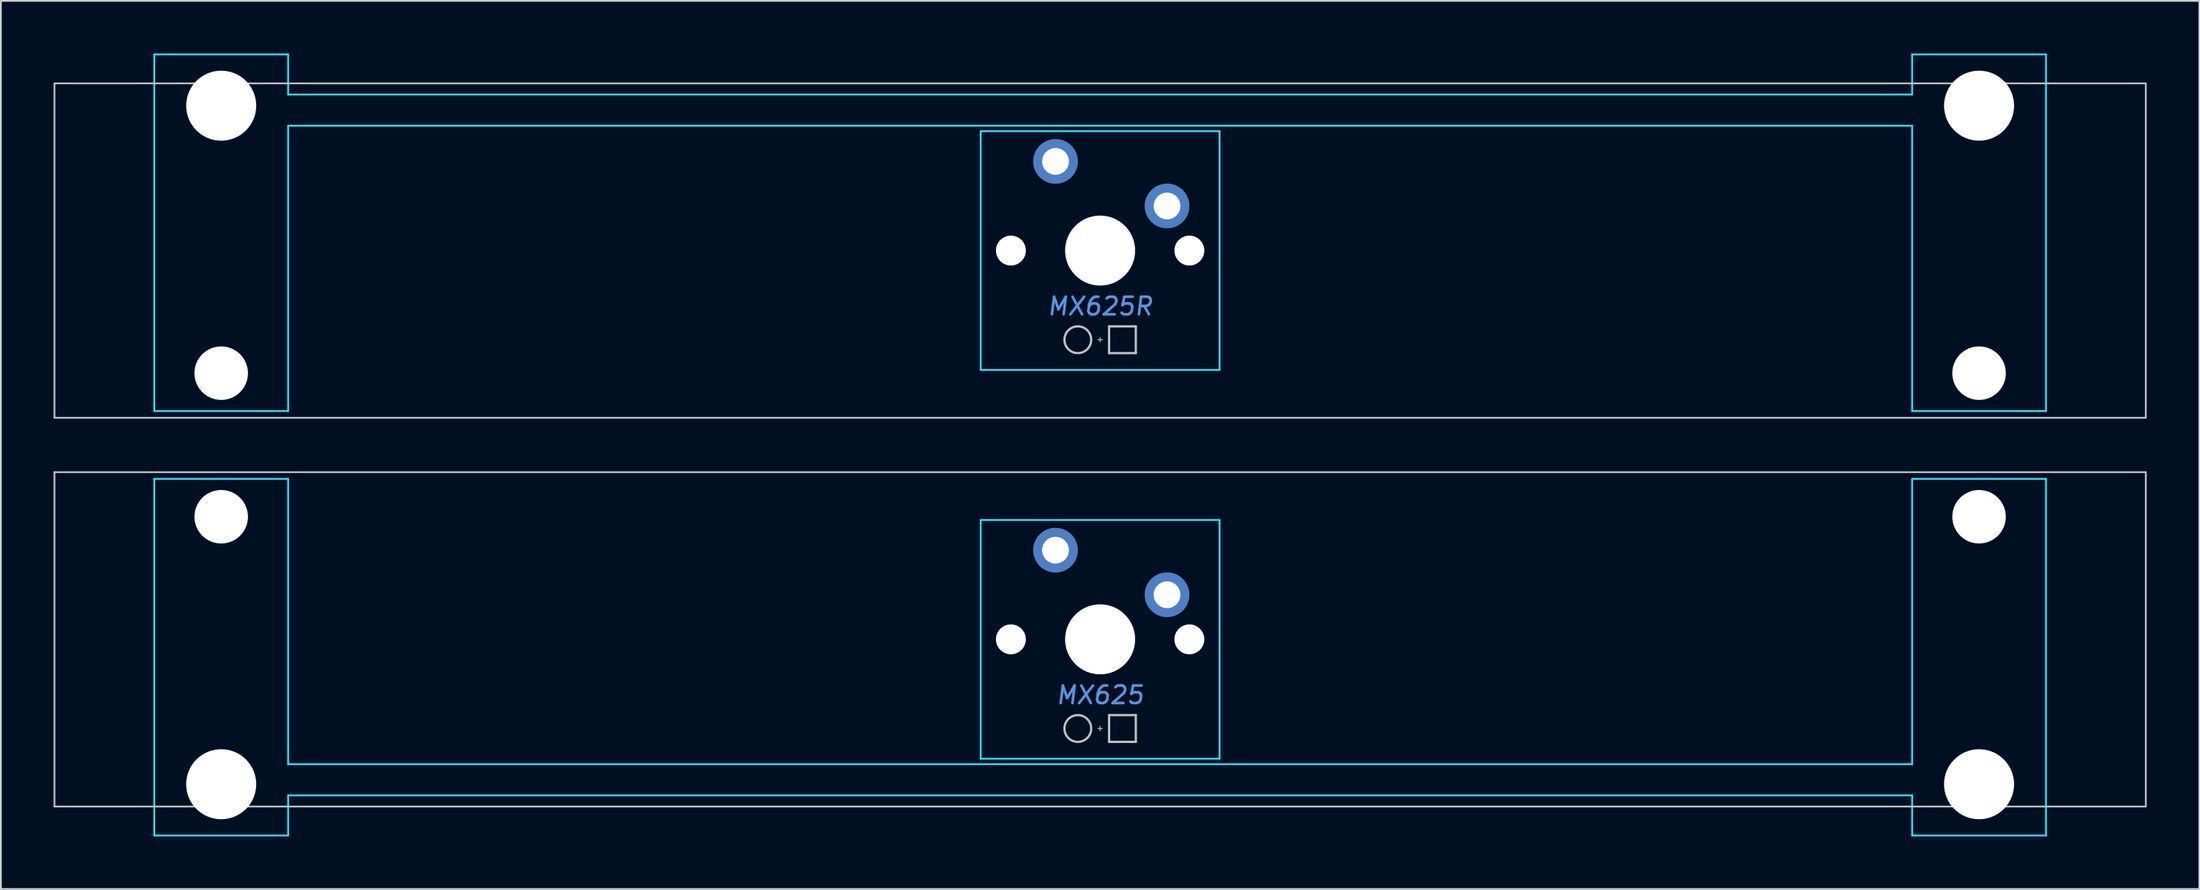
<source format=kicad_pcb>
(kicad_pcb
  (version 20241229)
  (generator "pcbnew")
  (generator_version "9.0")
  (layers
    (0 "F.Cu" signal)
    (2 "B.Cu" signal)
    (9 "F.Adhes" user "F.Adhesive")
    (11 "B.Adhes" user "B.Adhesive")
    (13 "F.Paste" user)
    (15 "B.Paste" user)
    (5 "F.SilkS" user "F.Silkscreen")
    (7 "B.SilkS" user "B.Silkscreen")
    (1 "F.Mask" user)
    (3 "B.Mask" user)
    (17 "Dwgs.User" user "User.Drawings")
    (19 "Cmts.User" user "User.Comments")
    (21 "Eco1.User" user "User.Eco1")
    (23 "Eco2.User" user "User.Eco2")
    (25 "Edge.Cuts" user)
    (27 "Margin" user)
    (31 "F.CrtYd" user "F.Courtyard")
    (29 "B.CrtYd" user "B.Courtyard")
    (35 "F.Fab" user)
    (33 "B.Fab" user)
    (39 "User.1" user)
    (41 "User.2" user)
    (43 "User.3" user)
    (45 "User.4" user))
  (footprint "MX625"
    (layer "F.Cu")
    (at 59.581 33.376)
    (property "Reference" "MX625" (at 0 3.175 0) (layer "Cmts.User") (effects (font (size 1 1) (thickness 0.15) (italic yes))))
    (attr through_hole)
    (fp_line (start -59.531 -9.525) (end -59.531 9.525) (stroke (width 0.1) (type solid)) (layer "Dwgs.User"))
    (fp_line (start -59.531 -9.525) (end 59.531 -9.525) (stroke (width 0.1) (type solid)) (layer "Dwgs.User"))
    (fp_line (start -59.531 9.525) (end 59.531 9.525) (stroke (width 0.1) (type solid)) (layer "Dwgs.User"))
    (fp_line (start -0.127 5.08) (end 0.127 5.08) (stroke (width 0.051) (type solid)) (layer "Dwgs.User"))
    (fp_line (start 0 5.207) (end 0 4.953) (stroke (width 0.051) (type solid)) (layer "Dwgs.User"))
    (fp_line (start 0.508 4.318) (end 0.508 5.842) (stroke (width 0.127) (type solid)) (layer "Dwgs.User"))
    (fp_line (start 0.508 4.318) (end 2.032 4.318) (stroke (width 0.127) (type solid)) (layer "Dwgs.User"))
    (fp_line (start 0.508 5.842) (end 2.032 5.842) (stroke (width 0.127) (type solid)) (layer "Dwgs.User"))
    (fp_line (start 2.032 5.842) (end 2.032 4.318) (stroke (width 0.127) (type solid)) (layer "Dwgs.User"))
    (fp_line (start 59.531 -9.525) (end 59.531 9.525) (stroke (width 0.1) (type solid)) (layer "Dwgs.User"))
    (fp_circle (center -1.27 5.08) (end -0.508 5.08) (stroke (width 0.127) (type solid)) (fill no) (layer "Dwgs.User"))
    (fp_line (start -53.538 -5.485) (end -53.538 8.515) (stroke (width 0.1) (type solid)) (layer "Eco1.User"))
    (fp_line (start -53.038 -5.985) (end -47.038 -5.985) (stroke (width 0.1) (type solid)) (layer "Eco1.User"))
    (fp_line (start -47.038 9.015) (end -53.038 9.015) (stroke (width 0.1) (type solid)) (layer "Eco1.User"))
    (fp_line (start -46.538 8.515) (end -46.538 -5.485) (stroke (width 0.1) (type solid)) (layer "Eco1.User"))
    (fp_line (start -7 -6.5) (end -7 6.5) (stroke (width 0.1) (type solid)) (layer "Eco1.User"))
    (fp_line (start -6.5 7) (end 6.5 7) (stroke (width 0.1) (type solid)) (layer "Eco1.User"))
    (fp_line (start 6.5 -7) (end -6.5 -7) (stroke (width 0.1) (type solid)) (layer "Eco1.User"))
    (fp_line (start 7 6.5) (end 7 -6.5) (stroke (width 0.1) (type solid)) (layer "Eco1.User"))
    (fp_line (start 46.538 -5.485) (end 46.538 8.515) (stroke (width 0.1) (type solid)) (layer "Eco1.User"))
    (fp_line (start 47.038 -5.985) (end 53.038 -5.985) (stroke (width 0.1) (type solid)) (layer "Eco1.User"))
    (fp_line (start 53.038 9.015) (end 47.038 9.015) (stroke (width 0.1) (type solid)) (layer "Eco1.User"))
    (fp_line (start 53.538 8.515) (end 53.538 -5.485) (stroke (width 0.1) (type solid)) (layer "Eco1.User"))
    (fp_arc (start -53.538 -5.485) (mid -53.391553 -5.838553) (end -53.038 -5.985) (stroke (width 0.1) (type solid)) (layer "Eco1.User"))
    (fp_arc (start -53.038 9.015) (mid -53.391553 8.868553) (end -53.538 8.515) (stroke (width 0.1) (type solid)) (layer "Eco1.User"))
    (fp_arc (start -47.038 -5.985) (mid -46.684447 -5.838553) (end -46.538 -5.485) (stroke (width 0.1) (type solid)) (layer "Eco1.User"))
    (fp_arc (start -46.538 8.515) (mid -46.684447 8.868553) (end -47.038 9.015) (stroke (width 0.1) (type solid)) (layer "Eco1.User"))
    (fp_arc (start -7 -6.5) (mid -6.853553 -6.853553) (end -6.5 -7) (stroke (width 0.1) (type solid)) (layer "Eco1.User"))
    (fp_arc (start -6.5 7) (mid -6.853553 6.853553) (end -7 6.5) (stroke (width 0.1) (type solid)) (layer "Eco1.User"))
    (fp_arc (start 6.5 -7) (mid 6.853553 -6.853553) (end 7 -6.5) (stroke (width 0.1) (type solid)) (layer "Eco1.User"))
    (fp_arc (start 7 6.5) (mid 6.853553 6.853553) (end 6.5 7) (stroke (width 0.1) (type solid)) (layer "Eco1.User"))
    (fp_arc (start 46.538 -5.485) (mid 46.684447 -5.838553) (end 47.038 -5.985) (stroke (width 0.1) (type solid)) (layer "Eco1.User"))
    (fp_arc (start 47.038 9.015) (mid 46.684447 8.868553) (end 46.538 8.515) (stroke (width 0.1) (type solid)) (layer "Eco1.User"))
    (fp_arc (start 53.038 -5.985) (mid 53.391553 -5.838553) (end 53.538 -5.485) (stroke (width 0.1) (type solid)) (layer "Eco1.User"))
    (fp_arc (start 53.538 8.515) (mid 53.391553 8.868553) (end 53.038 9.015) (stroke (width 0.1) (type solid)) (layer "Eco1.User"))
    (fp_line (start -53.848 -9.144) (end -53.848 11.176) (stroke (width 0.1) (type solid)) (layer "B.CrtYd"))
    (fp_line (start -53.848 -9.144) (end -46.228 -9.144) (stroke (width 0.1) (type solid)) (layer "B.CrtYd"))
    (fp_line (start -53.848 11.176) (end -46.228 11.176) (stroke (width 0.1) (type solid)) (layer "B.CrtYd"))
    (fp_line (start -46.228 7.112) (end -46.228 -9.144) (stroke (width 0.1) (type solid)) (layer "B.CrtYd"))
    (fp_line (start -46.228 7.112) (end 46.228 7.112) (stroke (width 0.1) (type solid)) (layer "B.CrtYd"))
    (fp_line (start -46.228 8.89) (end -46.228 11.176) (stroke (width 0.1) (type solid)) (layer "B.CrtYd"))
    (fp_line (start -46.228 8.89) (end 46.228 8.89) (stroke (width 0.1) (type solid)) (layer "B.CrtYd"))
    (fp_line (start -6.8 -6.8) (end -6.8 6.8) (stroke (width 0.1) (type solid)) (layer "B.CrtYd"))
    (fp_line (start -6.8 -6.8) (end 6.8 -6.8) (stroke (width 0.1) (type solid)) (layer "B.CrtYd"))
    (fp_line (start -6.8 6.8) (end 6.8 6.8) (stroke (width 0.1) (type solid)) (layer "B.CrtYd"))
    (fp_line (start 6.8 6.8) (end 6.8 -6.8) (stroke (width 0.1) (type solid)) (layer "B.CrtYd"))
    (fp_line (start 46.228 -9.144) (end 53.848 -9.144) (stroke (width 0.1) (type solid)) (layer "B.CrtYd"))
    (fp_line (start 46.228 7.112) (end 46.228 -9.144) (stroke (width 0.1) (type solid)) (layer "B.CrtYd"))
    (fp_line (start 46.228 8.89) (end 46.228 11.176) (stroke (width 0.1) (type solid)) (layer "B.CrtYd"))
    (fp_line (start 46.228 11.176) (end 53.848 11.176) (stroke (width 0.1) (type solid)) (layer "B.CrtYd"))
    (fp_line (start 53.848 -9.144) (end 53.848 11.176) (stroke (width 0.1) (type solid)) (layer "B.CrtYd"))
    (pad "" np_thru_hole circle (at -50.038 -6.985 180) (size 3.048 3.048) (drill 3.048) (layers "*.Cu" "*.Mask"))
    (pad "" np_thru_hole circle (at -50.038 8.255 180) (size 3.988 3.988) (drill 3.988) (layers "*.Cu" "*.Mask"))
    (pad "" np_thru_hole circle (at -5.08 0) (size 1.702 1.702) (drill 1.702) (layers "*.Cu" "*.Mask"))
    (pad "" np_thru_hole circle (at 0 0) (size 3.988 3.988) (drill 3.988) (layers "*.Cu" "*.Mask"))
    (pad "" np_thru_hole circle (at 5.08 0) (size 1.702 1.702) (drill 1.702) (layers "*.Cu" "*.Mask"))
    (pad "" np_thru_hole circle (at 50.038 -6.985 180) (size 3.048 3.048) (drill 3.048) (layers "*.Cu" "*.Mask"))
    (pad "" np_thru_hole circle (at 50.038 8.255 180) (size 3.988 3.988) (drill 3.988) (layers "*.Cu" "*.Mask"))
    (pad "1" thru_hole circle (at -2.54 -5.08) (size 2.54 2.54) (drill 1.524) (layers "*.Cu" "*.Mask"))
    (pad "2" thru_hole circle (at 3.81 -2.54) (size 2.54 2.54) (drill 1.524) (layers "*.Cu" "*.Mask")))
  (footprint "MX625R"
    (layer "F.Cu")
    (at 59.581 11.226)
    (property "Reference" "MX625R" (at 0 3.175 0) (layer "Cmts.User") (effects (font (size 1 1) (thickness 0.15) (italic yes))))
    (attr through_hole)
    (fp_line (start -59.531 -9.525) (end -59.531 9.525) (stroke (width 0.1) (type solid)) (layer "Dwgs.User"))
    (fp_line (start -59.531 -9.525) (end 59.531 -9.525) (stroke (width 0.1) (type solid)) (layer "Dwgs.User"))
    (fp_line (start -59.531 9.525) (end 59.531 9.525) (stroke (width 0.1) (type solid)) (layer "Dwgs.User"))
    (fp_line (start -0.127 5.08) (end 0.127 5.08) (stroke (width 0.051) (type solid)) (layer "Dwgs.User"))
    (fp_line (start 0 5.207) (end 0 4.953) (stroke (width 0.051) (type solid)) (layer "Dwgs.User"))
    (fp_line (start 0.508 4.318) (end 0.508 5.842) (stroke (width 0.127) (type solid)) (layer "Dwgs.User"))
    (fp_line (start 0.508 4.318) (end 2.032 4.318) (stroke (width 0.127) (type solid)) (layer "Dwgs.User"))
    (fp_line (start 0.508 5.842) (end 2.032 5.842) (stroke (width 0.127) (type solid)) (layer "Dwgs.User"))
    (fp_line (start 2.032 5.842) (end 2.032 4.318) (stroke (width 0.127) (type solid)) (layer "Dwgs.User"))
    (fp_line (start 59.531 -9.525) (end 59.531 9.525) (stroke (width 0.1) (type solid)) (layer "Dwgs.User"))
    (fp_circle (center -1.27 5.08) (end -0.508 5.08) (stroke (width 0.127) (type solid)) (fill no) (layer "Dwgs.User"))
    (fp_line (start -53.538 -8.515) (end -53.538 5.485) (stroke (width 0.1) (type solid)) (layer "Eco1.User"))
    (fp_line (start -53.038 -9.015) (end -47.038 -9.015) (stroke (width 0.1) (type solid)) (layer "Eco1.User"))
    (fp_line (start -47.038 5.985) (end -53.038 5.985) (stroke (width 0.1) (type solid)) (layer "Eco1.User"))
    (fp_line (start -46.538 5.485) (end -46.538 -8.515) (stroke (width 0.1) (type solid)) (layer "Eco1.User"))
    (fp_line (start -7 -6.5) (end -7 6.5) (stroke (width 0.1) (type solid)) (layer "Eco1.User"))
    (fp_line (start -6.5 7) (end 6.5 7) (stroke (width 0.1) (type solid)) (layer "Eco1.User"))
    (fp_line (start 6.5 -7) (end -6.5 -7) (stroke (width 0.1) (type solid)) (layer "Eco1.User"))
    (fp_line (start 7 6.5) (end 7 -6.5) (stroke (width 0.1) (type solid)) (layer "Eco1.User"))
    (fp_line (start 46.538 -8.515) (end 46.538 5.485) (stroke (width 0.1) (type solid)) (layer "Eco1.User"))
    (fp_line (start 47.038 -9.015) (end 53.038 -9.015) (stroke (width 0.1) (type solid)) (layer "Eco1.User"))
    (fp_line (start 53.038 5.985) (end 47.038 5.985) (stroke (width 0.1) (type solid)) (layer "Eco1.User"))
    (fp_line (start 53.538 5.485) (end 53.538 -8.515) (stroke (width 0.1) (type solid)) (layer "Eco1.User"))
    (fp_arc (start -53.538 -8.515) (mid -53.391553 -8.868553) (end -53.038 -9.015) (stroke (width 0.1) (type solid)) (layer "Eco1.User"))
    (fp_arc (start -53.038 5.985) (mid -53.391553 5.838553) (end -53.538 5.485) (stroke (width 0.1) (type solid)) (layer "Eco1.User"))
    (fp_arc (start -47.038 -9.015) (mid -46.684447 -8.868553) (end -46.538 -8.515) (stroke (width 0.1) (type solid)) (layer "Eco1.User"))
    (fp_arc (start -46.538 5.485) (mid -46.684447 5.838553) (end -47.038 5.985) (stroke (width 0.1) (type solid)) (layer "Eco1.User"))
    (fp_arc (start -7 -6.5) (mid -6.853553 -6.853553) (end -6.5 -7) (stroke (width 0.1) (type solid)) (layer "Eco1.User"))
    (fp_arc (start -6.5 7) (mid -6.853553 6.853553) (end -7 6.5) (stroke (width 0.1) (type solid)) (layer "Eco1.User"))
    (fp_arc (start 6.5 -7) (mid 6.853553 -6.853553) (end 7 -6.5) (stroke (width 0.1) (type solid)) (layer "Eco1.User"))
    (fp_arc (start 7 6.5) (mid 6.853553 6.853553) (end 6.5 7) (stroke (width 0.1) (type solid)) (layer "Eco1.User"))
    (fp_arc (start 46.538 -8.515) (mid 46.684447 -8.868553) (end 47.038 -9.015) (stroke (width 0.1) (type solid)) (layer "Eco1.User"))
    (fp_arc (start 47.038 5.985) (mid 46.684447 5.838553) (end 46.538 5.485) (stroke (width 0.1) (type solid)) (layer "Eco1.User"))
    (fp_arc (start 53.038 -9.015) (mid 53.391553 -8.868553) (end 53.538 -8.515) (stroke (width 0.1) (type solid)) (layer "Eco1.User"))
    (fp_arc (start 53.538 5.485) (mid 53.391553 5.838553) (end 53.038 5.985) (stroke (width 0.1) (type solid)) (layer "Eco1.User"))
    (fp_line (start -53.848 9.144) (end -53.848 -11.176) (stroke (width 0.1) (type solid)) (layer "B.CrtYd"))
    (fp_line (start -46.228 -11.176) (end -53.848 -11.176) (stroke (width 0.1) (type solid)) (layer "B.CrtYd"))
    (fp_line (start -46.228 -8.89) (end -46.228 -11.176) (stroke (width 0.1) (type solid)) (layer "B.CrtYd"))
    (fp_line (start -46.228 -7.112) (end -46.228 9.144) (stroke (width 0.1) (type solid)) (layer "B.CrtYd"))
    (fp_line (start -46.228 9.144) (end -53.848 9.144) (stroke (width 0.1) (type solid)) (layer "B.CrtYd"))
    (fp_line (start -6.8 -6.8) (end -6.8 6.8) (stroke (width 0.1) (type solid)) (layer "B.CrtYd"))
    (fp_line (start -6.8 -6.8) (end 6.8 -6.8) (stroke (width 0.1) (type solid)) (layer "B.CrtYd"))
    (fp_line (start -6.8 6.8) (end 6.8 6.8) (stroke (width 0.1) (type solid)) (layer "B.CrtYd"))
    (fp_line (start 6.8 6.8) (end 6.8 -6.8) (stroke (width 0.1) (type solid)) (layer "B.CrtYd"))
    (fp_line (start 46.228 -8.89) (end -46.228 -8.89) (stroke (width 0.1) (type solid)) (layer "B.CrtYd"))
    (fp_line (start 46.228 -8.89) (end 46.228 -11.176) (stroke (width 0.1) (type solid)) (layer "B.CrtYd"))
    (fp_line (start 46.228 -7.112) (end -46.228 -7.112) (stroke (width 0.1) (type solid)) (layer "B.CrtYd"))
    (fp_line (start 46.228 -7.112) (end 46.228 9.144) (stroke (width 0.1) (type solid)) (layer "B.CrtYd"))
    (fp_line (start 53.848 -11.176) (end 46.228 -11.176) (stroke (width 0.1) (type solid)) (layer "B.CrtYd"))
    (fp_line (start 53.848 9.144) (end 46.228 9.144) (stroke (width 0.1) (type solid)) (layer "B.CrtYd"))
    (fp_line (start 53.848 9.144) (end 53.848 -11.176) (stroke (width 0.1) (type solid)) (layer "B.CrtYd"))
    (pad "" np_thru_hole circle (at -50.038 -8.255) (size 3.988 3.988) (drill 3.988) (layers "*.Cu" "*.Mask"))
    (pad "" np_thru_hole circle (at -50.038 6.985) (size 3.048 3.048) (drill 3.048) (layers "*.Cu" "*.Mask"))
    (pad "" np_thru_hole circle (at -5.08 0) (size 1.702 1.702) (drill 1.702) (layers "*.Cu" "*.Mask"))
    (pad "" np_thru_hole circle (at 0 0) (size 3.988 3.988) (drill 3.988) (layers "*.Cu" "*.Mask"))
    (pad "" np_thru_hole circle (at 5.08 0) (size 1.702 1.702) (drill 1.702) (layers "*.Cu" "*.Mask"))
    (pad "" np_thru_hole circle (at 50.038 -8.255) (size 3.988 3.988) (drill 3.988) (layers "*.Cu" "*.Mask"))
    (pad "" np_thru_hole circle (at 50.038 6.985) (size 3.048 3.048) (drill 3.048) (layers "*.Cu" "*.Mask"))
    (pad "1" thru_hole circle (at -2.54 -5.08) (size 2.54 2.54) (drill 1.524) (layers "*.Cu" "*.Mask"))
    (pad "2" thru_hole circle (at 3.81 -2.54) (size 2.54 2.54) (drill 1.524) (layers "*.Cu" "*.Mask")))
  (gr_rect
    (start -3 -3)
    (end 122.162 47.602)
    (stroke (width 0.1) (type default))
    (fill no)
    (layer "Edge.Cuts")))
</source>
